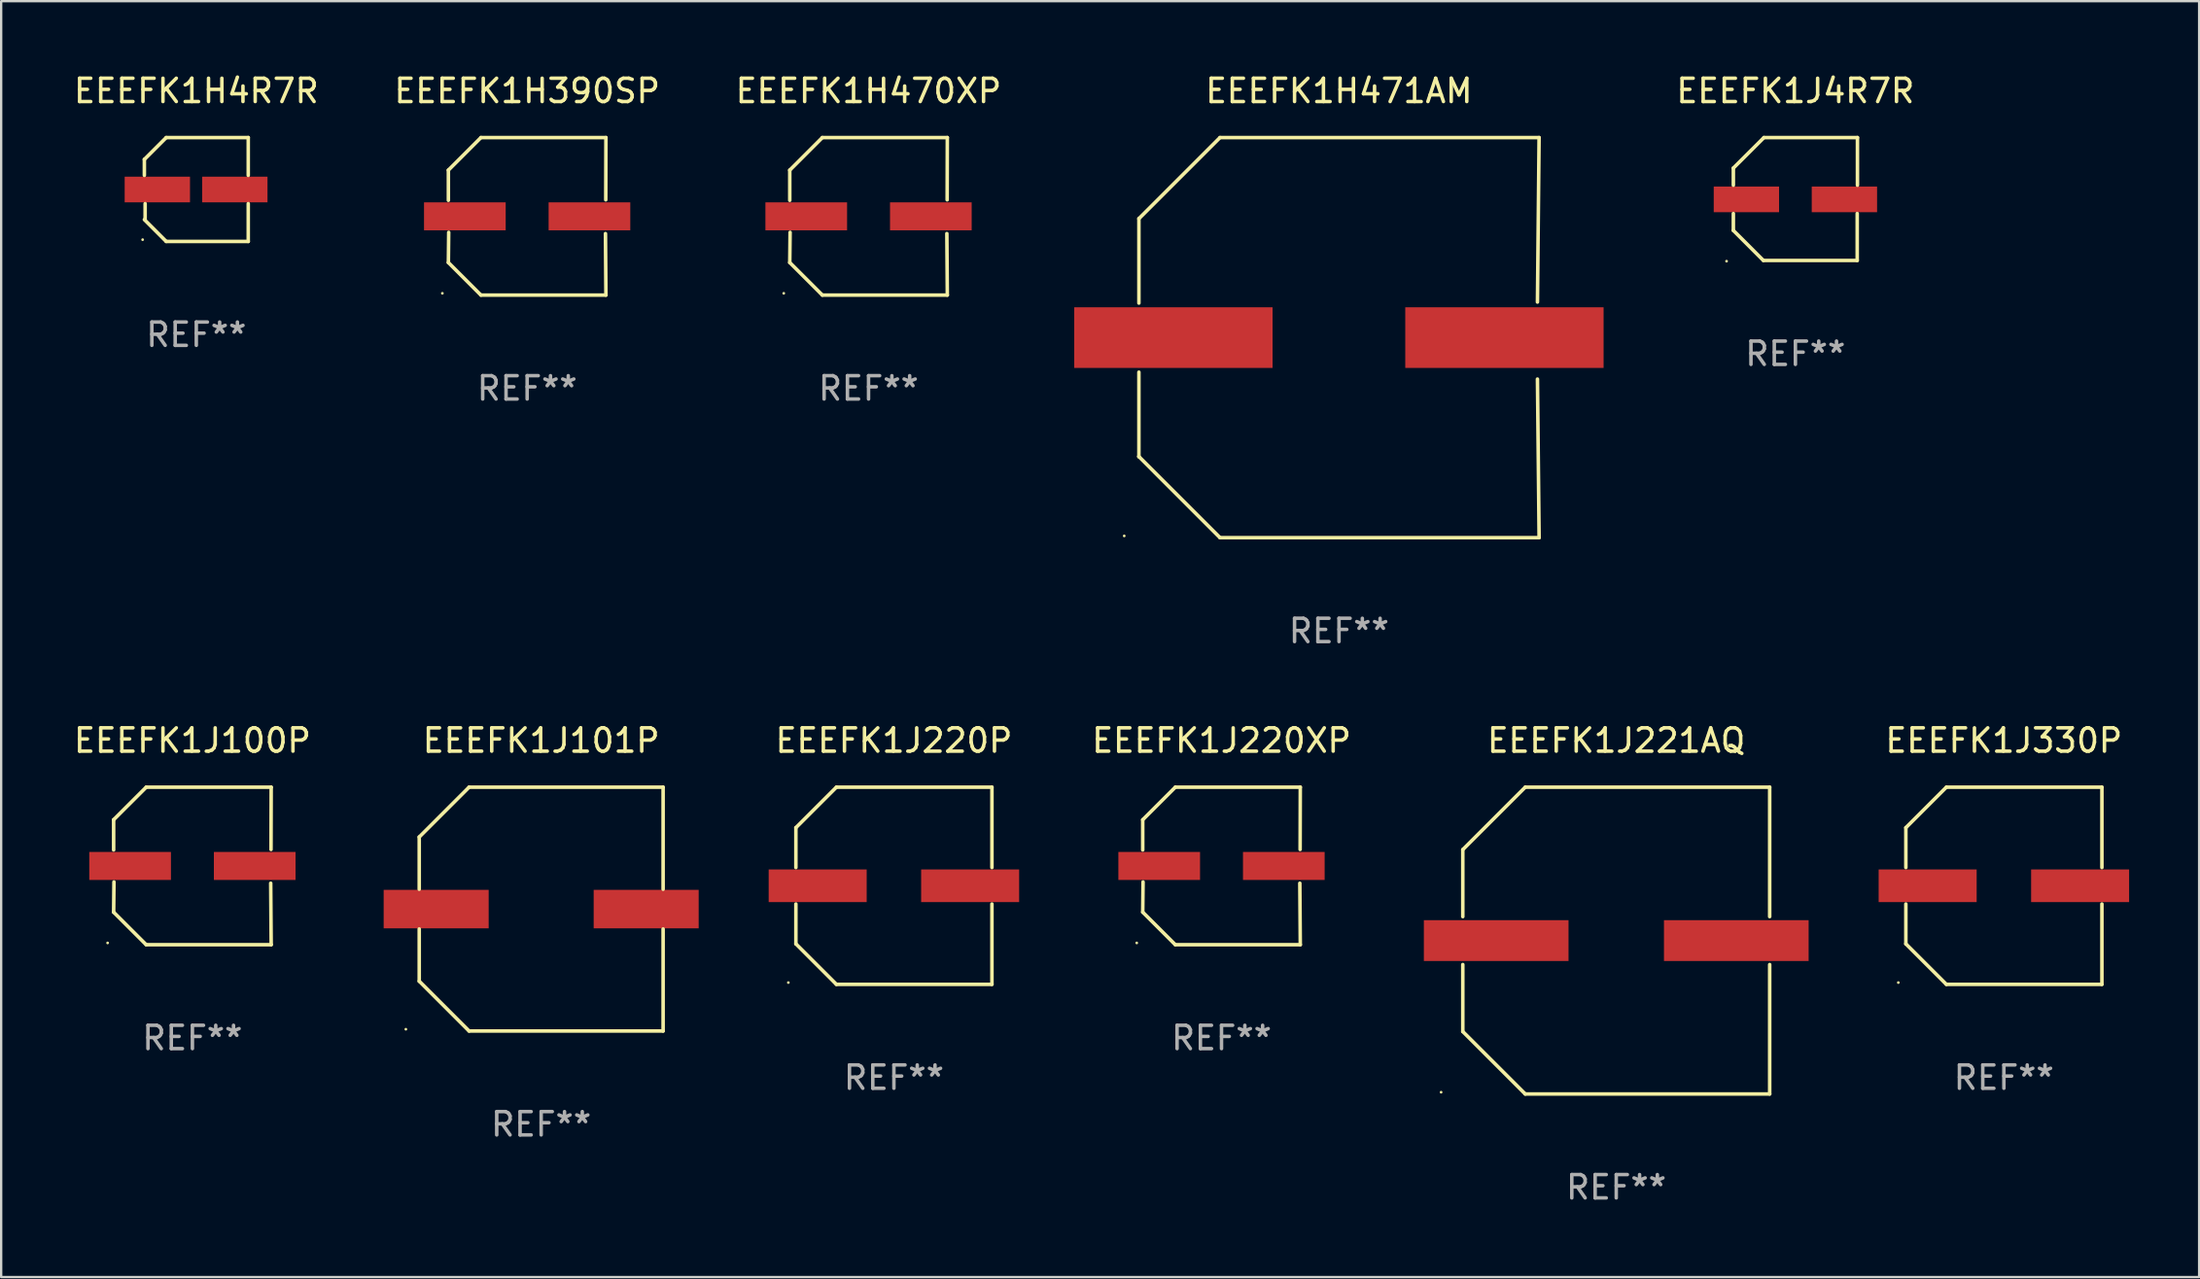
<source format=kicad_pcb>
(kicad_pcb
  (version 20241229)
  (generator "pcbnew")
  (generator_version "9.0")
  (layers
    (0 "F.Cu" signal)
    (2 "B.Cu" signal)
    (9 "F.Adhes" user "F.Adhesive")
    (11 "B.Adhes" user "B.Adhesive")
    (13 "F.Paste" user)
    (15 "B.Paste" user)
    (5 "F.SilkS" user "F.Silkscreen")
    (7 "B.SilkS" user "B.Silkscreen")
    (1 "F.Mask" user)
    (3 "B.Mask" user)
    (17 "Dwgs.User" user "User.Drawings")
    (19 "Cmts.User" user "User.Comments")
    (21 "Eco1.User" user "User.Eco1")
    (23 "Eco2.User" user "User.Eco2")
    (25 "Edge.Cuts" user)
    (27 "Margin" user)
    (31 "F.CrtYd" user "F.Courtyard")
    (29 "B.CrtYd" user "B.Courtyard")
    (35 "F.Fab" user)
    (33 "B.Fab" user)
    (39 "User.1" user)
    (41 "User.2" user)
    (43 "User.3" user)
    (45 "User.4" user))
  (footprint "EEEFK1H4R7R"
    (layer "F.Cu")
    (at 5.363 5.074)
    (property "Reference" "EEEFK1H4R7R" (at 0 -4.226 0) (layer "F.SilkS") (effects (font (size 1 1) (thickness 0.15))))
    (attr through_hole)
    (fp_line (start -2.226 -1.29) (end -2.226 -0.607) (stroke (width 0.152) (type solid)) (layer "F.SilkS"))
    (fp_line (start -2.193 1.29) (end -2.193 0.607) (stroke (width 0.152) (type solid)) (layer "F.SilkS"))
    (fp_line (start -1.29 2.226) (end -2.226 1.29) (stroke (width 0.152) (type solid)) (layer "F.SilkS"))
    (fp_line (start -1.29 -2.226) (end -2.226 -1.29) (stroke (width 0.152) (type solid)) (layer "F.SilkS"))
    (fp_line (start 2.226 -2.226) (end -1.29 -2.226) (stroke (width 0.152) (type solid)) (layer "F.SilkS"))
    (fp_line (start 2.226 -0.607) (end 2.226 -2.226) (stroke (width 0.152) (type solid)) (layer "F.SilkS"))
    (fp_line (start 2.226 0.607) (end 2.226 2.226) (stroke (width 0.152) (type solid)) (layer "F.SilkS"))
    (fp_line (start 2.226 2.226) (end -1.29 2.226) (stroke (width 0.152) (type solid)) (layer "F.SilkS"))
    (fp_circle (center -2.3 2.15) (end -2.27 2.15) (stroke (width 0.06) (type solid)) (fill no) (layer "F.SilkS"))
    (fp_text user "REF**" (at 0 6.226 0) (layer "F.Fab") (effects (font (size 1 1) (thickness 0.15))))
    (pad "1" smd rect (at -1.67 -0.000025) (size 2.8 1.1) (layers "F.Cu" "F.Mask" "F.Paste"))
    (pad "2" smd rect (at 1.651 -0.000025) (size 2.8 1.1) (layers "F.Cu" "F.Mask" "F.Paste")))
  (footprint "EEEFK1H390SP"
    (layer "F.Cu")
    (at 19.542 6.224)
    (property "Reference" "EEEFK1H390SP" (at 0 -5.376 0) (layer "F.SilkS") (effects (font (size 1 1) (thickness 0.15))))
    (attr through_hole)
    (fp_line (start -3.376 -1.98) (end -3.376 -0.686) (stroke (width 0.152) (type solid)) (layer "F.SilkS"))
    (fp_line (start -3.376 1.981) (end -3.362 0.686) (stroke (width 0.152) (type solid)) (layer "F.SilkS"))
    (fp_line (start -1.981 3.376) (end -3.376 1.981) (stroke (width 0.152) (type solid)) (layer "F.SilkS"))
    (fp_line (start -1.98 -3.376) (end -3.376 -1.98) (stroke (width 0.152) (type solid)) (layer "F.SilkS"))
    (fp_line (start 3.356 0.74) (end 3.376 3.376) (stroke (width 0.152) (type solid)) (layer "F.SilkS"))
    (fp_line (start 3.369 -0.707) (end 3.376 -3.376) (stroke (width 0.152) (type solid)) (layer "F.SilkS"))
    (fp_line (start 3.376 3.376) (end -1.981 3.376) (stroke (width 0.152) (type solid)) (layer "F.SilkS"))
    (fp_line (start 3.376 -3.376) (end -1.98 -3.376) (stroke (width 0.152) (type solid)) (layer "F.SilkS"))
    (fp_circle (center -3.634 3.3) (end -3.604 3.3) (stroke (width 0.06) (type solid)) (fill no) (layer "F.SilkS"))
    (fp_text user "REF**" (at 0 7.376 0) (layer "F.Fab") (effects (font (size 1 1) (thickness 0.15))))
    (pad "1" smd rect (at -2.67 0.000254) (size 3.5 1.2) (layers "F.Cu" "F.Mask" "F.Paste"))
    (pad "2" smd rect (at 2.67 0.000254) (size 3.5 1.2) (layers "F.Cu" "F.Mask" "F.Paste")))
  (footprint "EEEFK1J4R7R"
    (layer "F.Cu")
    (at 73.895 5.482)
    (property "Reference" "EEEFK1J4R7R" (at 0 -4.634 0) (layer "F.SilkS") (effects (font (size 1 1) (thickness 0.15))))
    (attr through_hole)
    (fp_line (start -2.659 -1.326) (end -2.659 -0.592) (stroke (width 0.152) (type solid)) (layer "F.SilkS"))
    (fp_line (start -2.659 1.346) (end -2.659 0.622) (stroke (width 0.152) (type solid)) (layer "F.SilkS"))
    (fp_line (start -1.372 2.634) (end -2.659 1.346) (stroke (width 0.152) (type solid)) (layer "F.SilkS"))
    (fp_line (start -1.349 -2.634) (end -2.659 -1.326) (stroke (width 0.152) (type solid)) (layer "F.SilkS"))
    (fp_line (start 2.649 0.622) (end 2.649 2.634) (stroke (width 0.152) (type solid)) (layer "F.SilkS"))
    (fp_line (start 2.649 2.634) (end -1.372 2.634) (stroke (width 0.152) (type solid)) (layer "F.SilkS"))
    (fp_line (start 2.659 -2.634) (end -1.349 -2.634) (stroke (width 0.152) (type solid)) (layer "F.SilkS"))
    (fp_line (start 2.659 -0.592) (end 2.659 -2.634) (stroke (width 0.152) (type solid)) (layer "F.SilkS"))
    (fp_circle (center -2.95 2.665) (end -2.92 2.665) (stroke (width 0.06) (type solid)) (fill no) (layer "F.SilkS"))
    (fp_text user "REF**" (at 0 6.634 0) (layer "F.Fab") (effects (font (size 1 1) (thickness 0.15))))
    (pad "1" smd rect (at -2.1 0.015) (size 2.8 1.1) (layers "F.Cu" "F.Mask" "F.Paste"))
    (pad "2" smd rect (at 2.1 0.015) (size 2.8 1.1) (layers "F.Cu" "F.Mask" "F.Paste")))
  (footprint "EEEFK1J101P"
    (layer "F.Cu")
    (at 20.143 35.922)
    (property "Reference" "EEEFK1J101P" (at 0 -7.226 0) (layer "F.SilkS") (effects (font (size 1 1) (thickness 0.15))))
    (attr through_hole)
    (fp_line (start -5.226 -3.09) (end -5.226 -0.852) (stroke (width 0.152) (type solid)) (layer "F.SilkS"))
    (fp_line (start -5.226 3.09) (end -5.226 0.852) (stroke (width 0.152) (type solid)) (layer "F.SilkS"))
    (fp_line (start -3.09 -5.226) (end -5.226 -3.09) (stroke (width 0.152) (type solid)) (layer "F.SilkS"))
    (fp_line (start -3.09 5.226) (end -5.226 3.09) (stroke (width 0.152) (type solid)) (layer "F.SilkS"))
    (fp_line (start 5.226 -5.226) (end -3.09 -5.226) (stroke (width 0.152) (type solid)) (layer "F.SilkS"))
    (fp_line (start 5.226 -0.852) (end 5.226 -5.226) (stroke (width 0.152) (type solid)) (layer "F.SilkS"))
    (fp_line (start 5.226 0.852) (end 5.226 5.226) (stroke (width 0.152) (type solid)) (layer "F.SilkS"))
    (fp_line (start 5.226 5.226) (end -3.09 5.226) (stroke (width 0.152) (type solid)) (layer "F.SilkS"))
    (fp_circle (center -5.8 5.15) (end -5.77 5.15) (stroke (width 0.06) (type solid)) (fill no) (layer "F.SilkS"))
    (fp_text user "REF**" (at 0 9.226 0) (layer "F.Fab") (effects (font (size 1 1) (thickness 0.15))))
    (pad "1" smd rect (at -4.5 0) (size 4.5 1.65) (layers "F.Cu" "F.Mask" "F.Paste"))
    (pad "2" smd rect (at 4.5 0) (size 4.5 1.65) (layers "F.Cu" "F.Mask" "F.Paste")))
  (footprint "EEEFK1J221AQ"
    (layer "F.Cu")
    (at 66.217 37.272)
    (property "Reference" "EEEFK1J221AQ" (at 0 -8.576 0) (layer "F.SilkS") (effects (font (size 1 1) (thickness 0.15))))
    (attr through_hole)
    (fp_line (start -6.576 -3.9) (end -6.576 -1.027) (stroke (width 0.152) (type solid)) (layer "F.SilkS"))
    (fp_line (start -6.576 3.9) (end -6.576 1.027) (stroke (width 0.152) (type solid)) (layer "F.SilkS"))
    (fp_line (start -3.9 -6.576) (end -6.576 -3.9) (stroke (width 0.152) (type solid)) (layer "F.SilkS"))
    (fp_line (start -3.9 6.576) (end -6.576 3.9) (stroke (width 0.152) (type solid)) (layer "F.SilkS"))
    (fp_line (start 6.576 -6.576) (end -3.9 -6.576) (stroke (width 0.152) (type solid)) (layer "F.SilkS"))
    (fp_line (start 6.576 -1.027) (end 6.576 -6.576) (stroke (width 0.152) (type solid)) (layer "F.SilkS"))
    (fp_line (start 6.576 1.027) (end 6.576 6.576) (stroke (width 0.152) (type solid)) (layer "F.SilkS"))
    (fp_line (start 6.576 6.576) (end -3.9 6.576) (stroke (width 0.152) (type solid)) (layer "F.SilkS"))
    (fp_circle (center -7.506 6.5) (end -7.476 6.5) (stroke (width 0.06) (type solid)) (fill no) (layer "F.SilkS"))
    (fp_text user "REF**" (at 0 10.576 0) (layer "F.Fab") (effects (font (size 1 1) (thickness 0.15))))
    (pad "1" smd rect (at -5.145 0) (size 6.2 1.75) (layers "F.Cu" "F.Mask" "F.Paste"))
    (pad "2" smd rect (at 5.145 0) (size 6.2 1.75) (layers "F.Cu" "F.Mask" "F.Paste")))
  (footprint "EEEFK1J220P"
    (layer "F.Cu")
    (at 35.26 34.922)
    (property "Reference" "EEEFK1J220P" (at 0 -6.226 0) (layer "F.SilkS") (effects (font (size 1 1) (thickness 0.15))))
    (attr through_hole)
    (fp_line (start -4.201 -2.49) (end -4.201 -0.782) (stroke (width 0.152) (type solid)) (layer "F.SilkS"))
    (fp_line (start -4.201 2.49) (end -4.201 0.782) (stroke (width 0.152) (type solid)) (layer "F.SilkS"))
    (fp_line (start -2.465 -4.226) (end -4.201 -2.49) (stroke (width 0.152) (type solid)) (layer "F.SilkS"))
    (fp_line (start -2.465 4.226) (end -4.201 2.49) (stroke (width 0.152) (type solid)) (layer "F.SilkS"))
    (fp_line (start 4.201 -4.226) (end -2.465 -4.226) (stroke (width 0.152) (type solid)) (layer "F.SilkS"))
    (fp_line (start 4.201 -0.782) (end 4.201 -4.226) (stroke (width 0.152) (type solid)) (layer "F.SilkS"))
    (fp_line (start 4.201 0.782) (end 4.201 4.226) (stroke (width 0.152) (type solid)) (layer "F.SilkS"))
    (fp_line (start 4.201 4.226) (end -2.465 4.226) (stroke (width 0.152) (type solid)) (layer "F.SilkS"))
    (fp_circle (center -4.524 4.15) (end -4.494 4.15) (stroke (width 0.06) (type solid)) (fill no) (layer "F.SilkS"))
    (fp_text user "REF**" (at 0 8.226 0) (layer "F.Fab") (effects (font (size 1 1) (thickness 0.15))))
    (pad "1" smd rect (at -3.267 0) (size 4.2 1.4) (layers "F.Cu" "F.Mask" "F.Paste"))
    (pad "2" smd rect (at 3.267 0) (size 4.2 1.4) (layers "F.Cu" "F.Mask" "F.Paste")))
  (footprint "EEEFK1J220XP"
    (layer "F.Cu")
    (at 49.3 34.072)
    (property "Reference" "EEEFK1J220XP" (at 0 -5.376 0) (layer "F.SilkS") (effects (font (size 1 1) (thickness 0.15))))
    (attr through_hole)
    (fp_line (start -3.376 -1.98) (end -3.376 -0.686) (stroke (width 0.152) (type solid)) (layer "F.SilkS"))
    (fp_line (start -3.376 1.981) (end -3.362 0.686) (stroke (width 0.152) (type solid)) (layer "F.SilkS"))
    (fp_line (start -1.981 3.376) (end -3.376 1.981) (stroke (width 0.152) (type solid)) (layer "F.SilkS"))
    (fp_line (start -1.98 -3.376) (end -3.376 -1.98) (stroke (width 0.152) (type solid)) (layer "F.SilkS"))
    (fp_line (start 3.356 0.74) (end 3.376 3.376) (stroke (width 0.152) (type solid)) (layer "F.SilkS"))
    (fp_line (start 3.369 -0.707) (end 3.376 -3.376) (stroke (width 0.152) (type solid)) (layer "F.SilkS"))
    (fp_line (start 3.376 3.376) (end -1.981 3.376) (stroke (width 0.152) (type solid)) (layer "F.SilkS"))
    (fp_line (start 3.376 -3.376) (end -1.98 -3.376) (stroke (width 0.152) (type solid)) (layer "F.SilkS"))
    (fp_circle (center -3.634 3.3) (end -3.604 3.3) (stroke (width 0.06) (type solid)) (fill no) (layer "F.SilkS"))
    (fp_text user "REF**" (at 0 7.376 0) (layer "F.Fab") (effects (font (size 1 1) (thickness 0.15))))
    (pad "1" smd rect (at -2.67 0.000254) (size 3.5 1.2) (layers "F.Cu" "F.Mask" "F.Paste"))
    (pad "2" smd rect (at 2.67 0.000254) (size 3.5 1.2) (layers "F.Cu" "F.Mask" "F.Paste")))
  (footprint "EEEFK1H470XP"
    (layer "F.Cu")
    (at 34.173 6.224)
    (property "Reference" "EEEFK1H470XP" (at 0 -5.376 0) (layer "F.SilkS") (effects (font (size 1 1) (thickness 0.15))))
    (attr through_hole)
    (fp_line (start -3.376 -1.98) (end -3.376 -0.686) (stroke (width 0.152) (type solid)) (layer "F.SilkS"))
    (fp_line (start -3.376 1.981) (end -3.362 0.686) (stroke (width 0.152) (type solid)) (layer "F.SilkS"))
    (fp_line (start -1.981 3.376) (end -3.376 1.981) (stroke (width 0.152) (type solid)) (layer "F.SilkS"))
    (fp_line (start -1.98 -3.376) (end -3.376 -1.98) (stroke (width 0.152) (type solid)) (layer "F.SilkS"))
    (fp_line (start 3.356 0.74) (end 3.376 3.376) (stroke (width 0.152) (type solid)) (layer "F.SilkS"))
    (fp_line (start 3.369 -0.707) (end 3.376 -3.376) (stroke (width 0.152) (type solid)) (layer "F.SilkS"))
    (fp_line (start 3.376 3.376) (end -1.981 3.376) (stroke (width 0.152) (type solid)) (layer "F.SilkS"))
    (fp_line (start 3.376 -3.376) (end -1.98 -3.376) (stroke (width 0.152) (type solid)) (layer "F.SilkS"))
    (fp_circle (center -3.634 3.3) (end -3.604 3.3) (stroke (width 0.06) (type solid)) (fill no) (layer "F.SilkS"))
    (fp_text user "REF**" (at 0 7.376 0) (layer "F.Fab") (effects (font (size 1 1) (thickness 0.15))))
    (pad "1" smd rect (at -2.67 0.000254) (size 3.5 1.2) (layers "F.Cu" "F.Mask" "F.Paste"))
    (pad "2" smd rect (at 2.67 0.000254) (size 3.5 1.2) (layers "F.Cu" "F.Mask" "F.Paste")))
  (footprint "EEEFK1J100P"
    (layer "F.Cu")
    (at 5.196 34.072)
    (property "Reference" "EEEFK1J100P" (at 0 -5.376 0) (layer "F.SilkS") (effects (font (size 1 1) (thickness 0.15))))
    (attr through_hole)
    (fp_line (start -3.376 -1.98) (end -3.376 -0.686) (stroke (width 0.152) (type solid)) (layer "F.SilkS"))
    (fp_line (start -3.376 1.981) (end -3.362 0.686) (stroke (width 0.152) (type solid)) (layer "F.SilkS"))
    (fp_line (start -1.981 3.376) (end -3.376 1.981) (stroke (width 0.152) (type solid)) (layer "F.SilkS"))
    (fp_line (start -1.98 -3.376) (end -3.376 -1.98) (stroke (width 0.152) (type solid)) (layer "F.SilkS"))
    (fp_line (start 3.356 0.74) (end 3.376 3.376) (stroke (width 0.152) (type solid)) (layer "F.SilkS"))
    (fp_line (start 3.369 -0.707) (end 3.376 -3.376) (stroke (width 0.152) (type solid)) (layer "F.SilkS"))
    (fp_line (start 3.376 3.376) (end -1.981 3.376) (stroke (width 0.152) (type solid)) (layer "F.SilkS"))
    (fp_line (start 3.376 -3.376) (end -1.98 -3.376) (stroke (width 0.152) (type solid)) (layer "F.SilkS"))
    (fp_circle (center -3.634 3.3) (end -3.604 3.3) (stroke (width 0.06) (type solid)) (fill no) (layer "F.SilkS"))
    (fp_text user "REF**" (at 0 7.376 0) (layer "F.Fab") (effects (font (size 1 1) (thickness 0.15))))
    (pad "1" smd rect (at -2.67 0.000254) (size 3.5 1.2) (layers "F.Cu" "F.Mask" "F.Paste"))
    (pad "2" smd rect (at 2.67 0.000254) (size 3.5 1.2) (layers "F.Cu" "F.Mask" "F.Paste")))
  (footprint "EEEFK1H471AM"
    (layer "F.Cu")
    (at 54.335 11.424)
    (property "Reference" "EEEFK1H471AM" (at 0 -10.576 0) (layer "F.SilkS") (effects (font (size 1 1) (thickness 0.15))))
    (attr through_hole)
    (fp_line (start -8.575 -5.101) (end -8.575 -1.481) (stroke (width 0.152) (type solid)) (layer "F.SilkS"))
    (fp_line (start -8.575 1.48) (end -8.575 5.098) (stroke (width 0.152) (type solid)) (layer "F.SilkS"))
    (fp_line (start -8.575 5.098) (end -8.576 5.099) (stroke (width 0.152) (type solid)) (layer "F.SilkS"))
    (fp_line (start -5.1 -8.576) (end -8.575 -5.101) (stroke (width 0.152) (type solid)) (layer "F.SilkS"))
    (fp_line (start -5.1 8.576) (end -8.576 5.099) (stroke (width 0.152) (type solid)) (layer "F.SilkS"))
    (fp_line (start 8.505 -1.525) (end 8.575 -8.576) (stroke (width 0.152) (type solid)) (layer "F.SilkS"))
    (fp_line (start 8.505 1.777) (end 8.576 8.576) (stroke (width 0.152) (type solid)) (layer "F.SilkS"))
    (fp_line (start 8.575 -8.576) (end -5.1 -8.576) (stroke (width 0.152) (type solid)) (layer "F.SilkS"))
    (fp_line (start 8.576 8.576) (end -5.1 8.576) (stroke (width 0.152) (type solid)) (layer "F.SilkS"))
    (fp_circle (center -9.204 8.5) (end -9.174 8.5) (stroke (width 0.06) (type solid)) (fill no) (layer "F.SilkS"))
    (fp_text user "REF**" (at 0 12.576 0) (layer "F.Fab") (effects (font (size 1 1) (thickness 0.15))))
    (pad "1" smd rect (at -7.097 -0.001) (size 8.5 2.6) (layers "F.Cu" "F.Mask" "F.Paste"))
    (pad "2" smd rect (at 7.09 -0.001) (size 8.5 2.6) (layers "F.Cu" "F.Mask" "F.Paste")))
  (footprint "EEEFK1J330P"
    (layer "F.Cu")
    (at 82.83 34.922)
    (property "Reference" "EEEFK1J330P" (at 0 -6.226 0) (layer "F.SilkS") (effects (font (size 1 1) (thickness 0.15))))
    (attr through_hole)
    (fp_line (start -4.201 -2.49) (end -4.201 -0.782) (stroke (width 0.152) (type solid)) (layer "F.SilkS"))
    (fp_line (start -4.201 2.49) (end -4.201 0.782) (stroke (width 0.152) (type solid)) (layer "F.SilkS"))
    (fp_line (start -2.465 -4.226) (end -4.201 -2.49) (stroke (width 0.152) (type solid)) (layer "F.SilkS"))
    (fp_line (start -2.465 4.226) (end -4.201 2.49) (stroke (width 0.152) (type solid)) (layer "F.SilkS"))
    (fp_line (start 4.201 -4.226) (end -2.465 -4.226) (stroke (width 0.152) (type solid)) (layer "F.SilkS"))
    (fp_line (start 4.201 -0.782) (end 4.201 -4.226) (stroke (width 0.152) (type solid)) (layer "F.SilkS"))
    (fp_line (start 4.201 0.782) (end 4.201 4.226) (stroke (width 0.152) (type solid)) (layer "F.SilkS"))
    (fp_line (start 4.201 4.226) (end -2.465 4.226) (stroke (width 0.152) (type solid)) (layer "F.SilkS"))
    (fp_circle (center -4.524 4.15) (end -4.494 4.15) (stroke (width 0.06) (type solid)) (fill no) (layer "F.SilkS"))
    (fp_text user "REF**" (at 0 8.226 0) (layer "F.Fab") (effects (font (size 1 1) (thickness 0.15))))
    (pad "1" smd rect (at -3.267 0) (size 4.2 1.4) (layers "F.Cu" "F.Mask" "F.Paste"))
    (pad "2" smd rect (at 3.267 0) (size 4.2 1.4) (layers "F.Cu" "F.Mask" "F.Paste")))
  (gr_rect
    (start -3 -3)
    (end 91.197 51.697)
    (stroke (width 0.1) (type default))
    (fill no)
    (layer "Edge.Cuts")))
</source>
